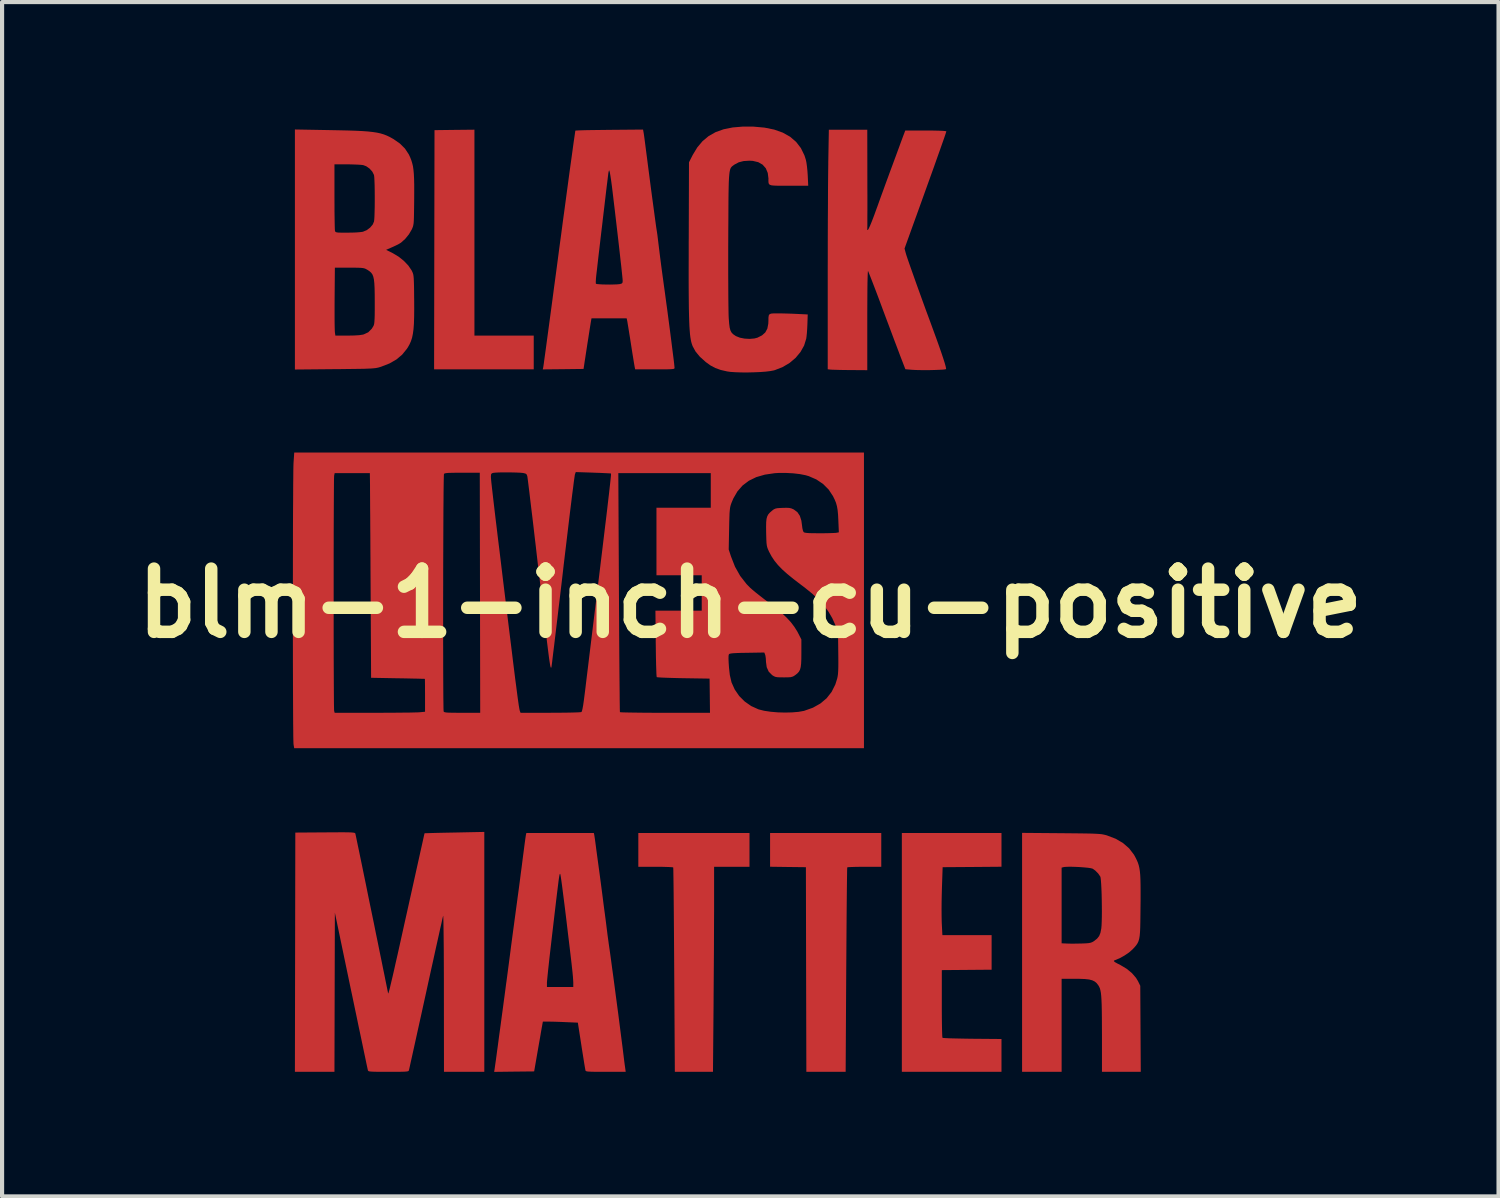
<source format=kicad_pcb>
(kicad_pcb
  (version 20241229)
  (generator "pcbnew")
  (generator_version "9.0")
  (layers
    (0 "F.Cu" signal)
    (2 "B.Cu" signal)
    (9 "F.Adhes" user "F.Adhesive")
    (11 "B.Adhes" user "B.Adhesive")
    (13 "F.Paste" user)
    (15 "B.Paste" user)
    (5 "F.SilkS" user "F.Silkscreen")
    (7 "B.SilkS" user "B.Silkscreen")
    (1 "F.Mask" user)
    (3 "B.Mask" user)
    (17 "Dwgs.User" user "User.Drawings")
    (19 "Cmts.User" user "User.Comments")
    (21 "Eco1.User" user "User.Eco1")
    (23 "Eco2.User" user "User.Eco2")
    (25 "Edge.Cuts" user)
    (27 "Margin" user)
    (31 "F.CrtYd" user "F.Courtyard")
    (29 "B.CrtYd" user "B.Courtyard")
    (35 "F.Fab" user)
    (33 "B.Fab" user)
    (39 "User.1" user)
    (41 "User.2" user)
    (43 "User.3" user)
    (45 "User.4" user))
  (footprint "blm-1-inch-cu-positive"
    (layer "F.Cu")
    (at 15.03 11.486)
    (property "Reference" "blm-1-inch-cu-positive" (at 0 0 0) (layer "F.SilkS") (effects (font (size 1.524 1.524) (thickness 0.3))))
    (attr through_hole)
    (fp_poly (pts (xy -6.648 -6.449) (xy -5.219 -6.449) (xy -5.219 -5.636) (xy -7.62 -5.636) (xy -7.615 -8.518) (xy -7.61 -11.4) (xy -7.129 -11.406) (xy -6.648 -11.411)) (stroke (width 0) (type solid)) (fill yes) (layer "F.Cu"))
    (fp_poly (pts (xy 3.155 6.35) (xy 2.75 6.35) (xy 2.627 6.351) (xy 2.518 6.353) (xy 2.43 6.356) (xy 2.367 6.359) (xy 2.337 6.364) (xy 2.335 6.365) (xy 2.334 6.386) (xy 2.332 6.445) (xy 2.331 6.538) (xy 2.329 6.664) (xy 2.327 6.82) (xy 2.325 7.004) (xy 2.323 7.213) (xy 2.321 7.445) (xy 2.319 7.697) (xy 2.317 7.967) (xy 2.315 8.253) (xy 2.313 8.552) (xy 2.311 8.835) (xy 2.297 11.291) (xy 1.35 11.291) (xy 1.344 8.826) (xy 1.339 6.36) (xy 0.908 6.355) (xy 0.476 6.349) (xy 0.476 5.536) (xy 3.155 5.536)) (stroke (width 0) (type solid)) (fill yes) (layer "F.Cu"))
    (fp_poly (pts (xy 6.052 6.349) (xy 5.343 6.355) (xy 4.634 6.36) (xy 4.616 6.89) (xy 4.612 7.05) (xy 4.609 7.216) (xy 4.608 7.377) (xy 4.609 7.524) (xy 4.611 7.647) (xy 4.613 7.708) (xy 4.628 7.997) (xy 5.814 7.997) (xy 5.814 8.83) (xy 5.214 8.835) (xy 4.614 8.84) (xy 4.614 9.647) (xy 4.614 9.823) (xy 4.615 9.986) (xy 4.617 10.132) (xy 4.619 10.258) (xy 4.622 10.358) (xy 4.625 10.429) (xy 4.629 10.466) (xy 4.63 10.471) (xy 4.653 10.475) (xy 4.711 10.479) (xy 4.8 10.483) (xy 4.914 10.486) (xy 5.05 10.489) (xy 5.202 10.492) (xy 5.35 10.494) (xy 6.052 10.5) (xy 6.052 11.291) (xy 3.651 11.291) (xy 3.651 5.536) (xy 6.052 5.536)) (stroke (width 0) (type solid)) (fill yes) (layer "F.Cu"))
    (fp_poly (pts (xy -0.02 6.35) (xy -0.873 6.35) (xy -0.873 7.228) (xy -0.873 7.396) (xy -0.874 7.597) (xy -0.875 7.827) (xy -0.876 8.08) (xy -0.877 8.351) (xy -0.879 8.633) (xy -0.881 8.921) (xy -0.883 9.209) (xy -0.885 9.493) (xy -0.886 9.699) (xy -0.9 11.291) (xy -1.819 11.291) (xy -1.834 8.836) (xy -1.836 8.527) (xy -1.838 8.229) (xy -1.84 7.945) (xy -1.842 7.676) (xy -1.844 7.426) (xy -1.846 7.196) (xy -1.848 6.989) (xy -1.85 6.807) (xy -1.852 6.654) (xy -1.854 6.53) (xy -1.855 6.44) (xy -1.857 6.384) (xy -1.858 6.366) (xy -1.88 6.361) (xy -1.935 6.357) (xy -2.019 6.354) (xy -2.124 6.351) (xy -2.244 6.35) (xy -2.283 6.35) (xy -2.699 6.35) (xy -2.699 5.536) (xy -0.02 5.536)) (stroke (width 0) (type solid)) (fill yes) (layer "F.Cu"))
    (fp_poly (pts (xy 7.496 5.541) (xy 7.715 5.543) (xy 7.899 5.545) (xy 8.05 5.547) (xy 8.174 5.549) (xy 8.273 5.552) (xy 8.352 5.556) (xy 8.414 5.56) (xy 8.464 5.565) (xy 8.504 5.572) (xy 8.54 5.58) (xy 8.575 5.589) (xy 8.592 5.594) (xy 8.802 5.674) (xy 8.98 5.778) (xy 9.128 5.907) (xy 9.245 6.06) (xy 9.284 6.132) (xy 9.314 6.193) (xy 9.339 6.252) (xy 9.359 6.313) (xy 9.374 6.379) (xy 9.386 6.455) (xy 9.395 6.546) (xy 9.4 6.655) (xy 9.403 6.788) (xy 9.404 6.949) (xy 9.404 7.142) (xy 9.402 7.305) (xy 9.4 7.509) (xy 9.398 7.677) (xy 9.395 7.815) (xy 9.39 7.926) (xy 9.382 8.015) (xy 9.37 8.085) (xy 9.354 8.142) (xy 9.332 8.19) (xy 9.305 8.232) (xy 9.271 8.274) (xy 9.229 8.32) (xy 9.208 8.342) (xy 9.125 8.415) (xy 9.017 8.488) (xy 8.901 8.553) (xy 8.79 8.599) (xy 8.785 8.6) (xy 8.762 8.612) (xy 8.762 8.627) (xy 8.788 8.649) (xy 8.845 8.681) (xy 8.918 8.718) (xy 9.067 8.807) (xy 9.195 8.912) (xy 9.294 9.027) (xy 9.341 9.105) (xy 9.396 9.217) (xy 9.408 11.291) (xy 8.473 11.291) (xy 8.473 10.423) (xy 8.472 10.183) (xy 8.471 9.98) (xy 8.469 9.81) (xy 8.466 9.668) (xy 8.461 9.553) (xy 8.455 9.46) (xy 8.447 9.387) (xy 8.436 9.329) (xy 8.424 9.283) (xy 8.408 9.245) (xy 8.39 9.213) (xy 8.387 9.209) (xy 8.346 9.155) (xy 8.299 9.115) (xy 8.24 9.086) (xy 8.163 9.066) (xy 8.062 9.055) (xy 7.932 9.05) (xy 7.829 9.049) (xy 7.501 9.049) (xy 7.501 11.291) (xy 6.548 11.291) (xy 6.548 6.371) (xy 7.501 6.371) (xy 7.501 8.194) (xy 7.635 8.2) (xy 7.714 8.202) (xy 7.816 8.202) (xy 7.926 8.2) (xy 7.987 8.199) (xy 8.086 8.195) (xy 8.155 8.189) (xy 8.204 8.179) (xy 8.242 8.164) (xy 8.281 8.141) (xy 8.283 8.139) (xy 8.356 8.081) (xy 8.405 8.019) (xy 8.436 7.942) (xy 8.457 7.837) (xy 8.463 7.77) (xy 8.467 7.676) (xy 8.47 7.56) (xy 8.471 7.429) (xy 8.47 7.289) (xy 8.468 7.147) (xy 8.465 7.008) (xy 8.46 6.878) (xy 8.454 6.765) (xy 8.447 6.674) (xy 8.44 6.611) (xy 8.433 6.586) (xy 8.382 6.512) (xy 8.313 6.442) (xy 8.248 6.396) (xy 8.208 6.385) (xy 8.137 6.374) (xy 8.044 6.365) (xy 7.939 6.357) (xy 7.83 6.352) (xy 7.727 6.349) (xy 7.639 6.35) (xy 7.574 6.354) (xy 7.554 6.357) (xy 7.501 6.371) (xy 6.548 6.371) (xy 6.548 5.533)) (stroke (width 0) (type solid)) (fill yes) (layer "F.Cu"))
    (fp_poly (pts (xy 2.82 -10.244) (xy 2.82 -10.032) (xy 2.821 -9.83) (xy 2.821 -9.642) (xy 2.821 -9.473) (xy 2.82 -9.326) (xy 2.82 -9.204) (xy 2.82 -9.111) (xy 2.819 -9.051) (xy 2.818 -9.029) (xy 2.819 -8.994) (xy 2.831 -8.993) (xy 2.853 -9.028) (xy 2.886 -9.099) (xy 2.93 -9.207) (xy 2.985 -9.351) (xy 3.051 -9.533) (xy 3.056 -9.545) (xy 3.107 -9.688) (xy 3.157 -9.827) (xy 3.204 -9.955) (xy 3.244 -10.066) (xy 3.275 -10.151) (xy 3.293 -10.2) (xy 3.317 -10.264) (xy 3.351 -10.358) (xy 3.393 -10.472) (xy 3.44 -10.598) (xy 3.488 -10.729) (xy 3.498 -10.755) (xy 3.545 -10.883) (xy 3.59 -11.005) (xy 3.63 -11.115) (xy 3.663 -11.204) (xy 3.686 -11.266) (xy 3.69 -11.276) (xy 3.733 -11.39) (xy 4.228 -11.39) (xy 4.402 -11.39) (xy 4.538 -11.387) (xy 4.636 -11.383) (xy 4.697 -11.378) (xy 4.722 -11.371) (xy 4.723 -11.369) (xy 4.716 -11.345) (xy 4.696 -11.285) (xy 4.664 -11.191) (xy 4.619 -11.064) (xy 4.563 -10.905) (xy 4.496 -10.717) (xy 4.419 -10.499) (xy 4.331 -10.255) (xy 4.234 -9.985) (xy 4.128 -9.69) (xy 4.014 -9.373) (xy 3.962 -9.23) (xy 3.716 -8.548) (xy 3.742 -8.449) (xy 3.757 -8.397) (xy 3.785 -8.312) (xy 3.825 -8.196) (xy 3.875 -8.054) (xy 3.934 -7.888) (xy 4 -7.701) (xy 4.073 -7.499) (xy 4.151 -7.283) (xy 4.233 -7.057) (xy 4.319 -6.825) (xy 4.398 -6.609) (xy 4.475 -6.399) (xy 4.543 -6.209) (xy 4.601 -6.043) (xy 4.648 -5.902) (xy 4.684 -5.789) (xy 4.707 -5.706) (xy 4.717 -5.656) (xy 4.716 -5.642) (xy 4.69 -5.635) (xy 4.632 -5.629) (xy 4.549 -5.625) (xy 4.447 -5.621) (xy 4.334 -5.618) (xy 4.218 -5.617) (xy 4.105 -5.618) (xy 4.002 -5.62) (xy 3.917 -5.624) (xy 3.899 -5.625) (xy 3.736 -5.639) (xy 3.605 -5.979) (xy 3.57 -6.073) (xy 3.523 -6.197) (xy 3.466 -6.347) (xy 3.403 -6.516) (xy 3.335 -6.698) (xy 3.264 -6.886) (xy 3.193 -7.076) (xy 3.164 -7.154) (xy 3.1 -7.327) (xy 3.039 -7.488) (xy 2.983 -7.635) (xy 2.934 -7.762) (xy 2.893 -7.867) (xy 2.862 -7.945) (xy 2.843 -7.993) (xy 2.836 -8.006) (xy 2.832 -7.99) (xy 2.829 -7.938) (xy 2.826 -7.849) (xy 2.823 -7.728) (xy 2.821 -7.576) (xy 2.82 -7.396) (xy 2.819 -7.189) (xy 2.818 -6.958) (xy 2.818 -6.82) (xy 2.818 -5.616) (xy 2.406 -5.619) (xy 2.278 -5.62) (xy 2.16 -5.622) (xy 2.058 -5.625) (xy 1.981 -5.627) (xy 1.935 -5.63) (xy 1.93 -5.63) (xy 1.865 -5.638) (xy 1.865 -7.735) (xy 1.865 -8.041) (xy 1.866 -8.349) (xy 1.866 -8.655) (xy 1.867 -8.956) (xy 1.868 -9.247) (xy 1.87 -9.525) (xy 1.871 -9.785) (xy 1.872 -10.024) (xy 1.874 -10.236) (xy 1.876 -10.419) (xy 1.878 -10.568) (xy 1.878 -10.621) (xy 1.892 -11.41) (xy 2.818 -11.41)) (stroke (width 0) (type solid)) (fill yes) (layer "F.Cu"))
    (fp_poly (pts (xy -6.41 11.291) (xy -7.382 11.291) (xy -7.384 9.381) (xy -7.384 9.095) (xy -7.385 8.825) (xy -7.386 8.575) (xy -7.387 8.346) (xy -7.389 8.14) (xy -7.391 7.961) (xy -7.393 7.809) (xy -7.395 7.688) (xy -7.397 7.6) (xy -7.399 7.546) (xy -7.402 7.53) (xy -7.402 7.531) (xy -7.409 7.558) (xy -7.424 7.622) (xy -7.445 7.719) (xy -7.474 7.846) (xy -7.508 8.001) (xy -7.548 8.18) (xy -7.593 8.382) (xy -7.641 8.602) (xy -7.694 8.84) (xy -7.749 9.09) (xy -7.806 9.351) (xy -7.818 9.406) (xy -7.876 9.669) (xy -7.931 9.92) (xy -7.984 10.159) (xy -8.033 10.381) (xy -8.078 10.585) (xy -8.118 10.766) (xy -8.153 10.924) (xy -8.182 11.054) (xy -8.204 11.154) (xy -8.219 11.222) (xy -8.227 11.254) (xy -8.227 11.256) (xy -8.233 11.267) (xy -8.247 11.276) (xy -8.274 11.282) (xy -8.317 11.286) (xy -8.382 11.289) (xy -8.474 11.29) (xy -8.598 11.291) (xy -8.721 11.291) (xy -8.873 11.291) (xy -8.989 11.29) (xy -9.075 11.288) (xy -9.136 11.285) (xy -9.175 11.281) (xy -9.199 11.274) (xy -9.21 11.265) (xy -9.215 11.256) (xy -9.22 11.232) (xy -9.233 11.172) (xy -9.253 11.079) (xy -9.279 10.954) (xy -9.311 10.802) (xy -9.348 10.624) (xy -9.39 10.424) (xy -9.437 10.204) (xy -9.486 9.967) (xy -9.539 9.715) (xy -9.594 9.451) (xy -9.618 9.339) (xy -10.011 7.456) (xy -10.016 9.374) (xy -10.021 11.291) (xy -10.974 11.291) (xy -10.969 8.409) (xy -10.964 5.526) (xy -10.246 5.521) (xy -10.058 5.52) (xy -9.905 5.519) (xy -9.785 5.519) (xy -9.693 5.52) (xy -9.625 5.522) (xy -9.578 5.526) (xy -9.547 5.53) (xy -9.529 5.537) (xy -9.52 5.544) (xy -9.517 5.551) (xy -9.512 5.575) (xy -9.499 5.635) (xy -9.48 5.727) (xy -9.455 5.848) (xy -9.424 5.995) (xy -9.389 6.165) (xy -9.35 6.353) (xy -9.308 6.558) (xy -9.263 6.776) (xy -9.217 7.004) (xy -9.169 7.238) (xy -9.12 7.475) (xy -9.071 7.712) (xy -9.024 7.946) (xy -8.977 8.173) (xy -8.933 8.391) (xy -8.891 8.595) (xy -8.853 8.784) (xy -8.818 8.953) (xy -8.789 9.099) (xy -8.764 9.22) (xy -8.746 9.311) (xy -8.734 9.37) (xy -8.73 9.394) (xy -8.73 9.394) (xy -8.728 9.403) (xy -8.724 9.399) (xy -8.716 9.381) (xy -8.706 9.345) (xy -8.691 9.291) (xy -8.673 9.216) (xy -8.65 9.119) (xy -8.621 8.998) (xy -8.587 8.851) (xy -8.548 8.675) (xy -8.501 8.47) (xy -8.448 8.232) (xy -8.388 7.961) (xy -8.32 7.654) (xy -8.272 7.441) (xy -8.213 7.174) (xy -8.156 6.918) (xy -8.102 6.675) (xy -8.052 6.449) (xy -8.006 6.242) (xy -7.965 6.057) (xy -7.929 5.896) (xy -7.899 5.762) (xy -7.876 5.657) (xy -7.86 5.585) (xy -7.851 5.547) (xy -7.85 5.543) (xy -7.83 5.541) (xy -7.775 5.54) (xy -7.689 5.537) (xy -7.577 5.534) (xy -7.443 5.531) (xy -7.292 5.528) (xy -7.128 5.525) (xy -6.41 5.51)) (stroke (width 0) (type solid)) (fill yes) (layer "F.Cu"))
    (fp_poly (pts (xy 0.074 -11.485) (xy 0.341 -11.461) (xy 0.577 -11.413) (xy 0.782 -11.34) (xy 0.958 -11.241) (xy 1.103 -11.117) (xy 1.218 -10.968) (xy 1.304 -10.792) (xy 1.338 -10.685) (xy 1.352 -10.618) (xy 1.365 -10.523) (xy 1.376 -10.415) (xy 1.383 -10.314) (xy 1.395 -10.061) (xy 0.928 -10.061) (xy 0.776 -10.061) (xy 0.658 -10.061) (xy 0.572 -10.064) (xy 0.511 -10.07) (xy 0.471 -10.083) (xy 0.449 -10.102) (xy 0.439 -10.13) (xy 0.436 -10.168) (xy 0.436 -10.217) (xy 0.437 -10.232) (xy 0.42 -10.368) (xy 0.373 -10.481) (xy 0.296 -10.568) (xy 0.192 -10.628) (xy 0.061 -10.659) (xy -0.02 -10.664) (xy -0.163 -10.655) (xy -0.279 -10.625) (xy -0.378 -10.573) (xy -0.394 -10.562) (xy -0.417 -10.545) (xy -0.437 -10.53) (xy -0.454 -10.513) (xy -0.469 -10.493) (xy -0.482 -10.466) (xy -0.492 -10.43) (xy -0.501 -10.383) (xy -0.508 -10.321) (xy -0.514 -10.242) (xy -0.519 -10.144) (xy -0.522 -10.025) (xy -0.525 -9.88) (xy -0.527 -9.708) (xy -0.528 -9.507) (xy -0.529 -9.273) (xy -0.531 -9.005) (xy -0.532 -8.751) (xy -0.533 -8.494) (xy -0.533 -8.242) (xy -0.533 -8) (xy -0.532 -7.771) (xy -0.531 -7.559) (xy -0.53 -7.368) (xy -0.528 -7.2) (xy -0.526 -7.061) (xy -0.524 -6.952) (xy -0.521 -6.879) (xy -0.52 -6.865) (xy -0.51 -6.738) (xy -0.498 -6.644) (xy -0.48 -6.576) (xy -0.454 -6.525) (xy -0.417 -6.485) (xy -0.365 -6.449) (xy -0.344 -6.436) (xy -0.252 -6.399) (xy -0.139 -6.377) (xy -0.017 -6.37) (xy 0.098 -6.38) (xy 0.171 -6.399) (xy 0.282 -6.455) (xy 0.361 -6.526) (xy 0.41 -6.618) (xy 0.433 -6.737) (xy 0.436 -6.81) (xy 0.437 -6.886) (xy 0.445 -6.937) (xy 0.465 -6.966) (xy 0.505 -6.98) (xy 0.573 -6.985) (xy 0.654 -6.985) (xy 0.752 -6.984) (xy 0.874 -6.981) (xy 1.004 -6.977) (xy 1.115 -6.972) (xy 1.383 -6.959) (xy 1.375 -6.719) (xy 1.37 -6.614) (xy 1.363 -6.512) (xy 1.354 -6.426) (xy 1.347 -6.375) (xy 1.296 -6.21) (xy 1.209 -6.055) (xy 1.092 -5.914) (xy 0.948 -5.792) (xy 0.782 -5.693) (xy 0.597 -5.62) (xy 0.568 -5.611) (xy 0.484 -5.595) (xy 0.37 -5.581) (xy 0.234 -5.571) (xy 0.084 -5.565) (xy -0.071 -5.561) (xy -0.223 -5.562) (xy -0.363 -5.567) (xy -0.481 -5.575) (xy -0.558 -5.586) (xy -0.715 -5.622) (xy -0.846 -5.669) (xy -0.963 -5.732) (xy -1.075 -5.813) (xy -1.216 -5.94) (xy -1.32 -6.066) (xy -1.391 -6.196) (xy -1.411 -6.253) (xy -1.424 -6.299) (xy -1.435 -6.352) (xy -1.445 -6.413) (xy -1.454 -6.487) (xy -1.461 -6.574) (xy -1.468 -6.677) (xy -1.473 -6.798) (xy -1.477 -6.941) (xy -1.481 -7.106) (xy -1.483 -7.297) (xy -1.485 -7.515) (xy -1.486 -7.763) (xy -1.486 -8.043) (xy -1.485 -8.358) (xy -1.485 -8.71) (xy -1.484 -8.791) (xy -1.478 -10.626) (xy -1.386 -10.806) (xy -1.278 -10.984) (xy -1.152 -11.134) (xy -1.006 -11.256) (xy -0.837 -11.352) (xy -0.644 -11.421) (xy -0.425 -11.465) (xy -0.176 -11.486)) (stroke (width 0) (type solid)) (fill yes) (layer "F.Cu"))
    (fp_poly (pts (xy -3.761 5.581) (xy -3.755 5.618) (xy -3.745 5.685) (xy -3.733 5.771) (xy -3.722 5.854) (xy -3.708 5.962) (xy -3.69 6.094) (xy -3.671 6.234) (xy -3.653 6.365) (xy -3.651 6.38) (xy -3.632 6.519) (xy -3.611 6.678) (xy -3.59 6.837) (xy -3.572 6.975) (xy -3.555 7.106) (xy -3.537 7.248) (xy -3.519 7.386) (xy -3.503 7.501) (xy -3.502 7.511) (xy -3.487 7.624) (xy -3.472 7.741) (xy -3.459 7.847) (xy -3.451 7.908) (xy -3.441 7.991) (xy -3.426 8.099) (xy -3.41 8.218) (xy -3.393 8.334) (xy -3.376 8.453) (xy -3.355 8.606) (xy -3.331 8.786) (xy -3.303 8.988) (xy -3.274 9.206) (xy -3.244 9.435) (xy -3.213 9.668) (xy -3.182 9.9) (xy -3.153 10.126) (xy -3.126 10.338) (xy -3.101 10.532) (xy -3.079 10.701) (xy -3.065 10.815) (xy -3.052 10.921) (xy -3.039 11.027) (xy -3.027 11.119) (xy -3.02 11.167) (xy -3.003 11.291) (xy -3.484 11.291) (xy -3.634 11.291) (xy -3.75 11.29) (xy -3.836 11.288) (xy -3.896 11.285) (xy -3.935 11.281) (xy -3.958 11.274) (xy -3.969 11.265) (xy -3.973 11.256) (xy -3.978 11.228) (xy -3.989 11.166) (xy -4.004 11.076) (xy -4.022 10.962) (xy -4.043 10.831) (xy -4.066 10.687) (xy -4.069 10.664) (xy -4.156 10.106) (xy -4.435 10.094) (xy -4.551 10.089) (xy -4.668 10.085) (xy -4.772 10.082) (xy -4.85 10.081) (xy -4.856 10.081) (xy -4.999 10.081) (xy -5.011 10.145) (xy -5.017 10.181) (xy -5.03 10.251) (xy -5.047 10.348) (xy -5.067 10.467) (xy -5.091 10.601) (xy -5.116 10.745) (xy -5.116 10.745) (xy -5.209 11.281) (xy -5.691 11.286) (xy -6.173 11.292) (xy -6.162 11.227) (xy -6.157 11.189) (xy -6.147 11.118) (xy -6.133 11.021) (xy -6.117 10.904) (xy -6.1 10.775) (xy -6.09 10.706) (xy -6.071 10.561) (xy -6.052 10.416) (xy -6.033 10.28) (xy -6.017 10.163) (xy -6.005 10.072) (xy -6.002 10.051) (xy -5.981 9.894) (xy -5.961 9.748) (xy -5.942 9.604) (xy -5.922 9.457) (xy -5.901 9.298) (xy -5.882 9.152) (xy -4.901 9.152) (xy -4.901 9.247) (xy -4.266 9.247) (xy -4.266 9.14) (xy -4.269 9.084) (xy -4.275 8.998) (xy -4.285 8.891) (xy -4.298 8.772) (xy -4.307 8.688) (xy -4.352 8.305) (xy -4.394 7.96) (xy -4.43 7.654) (xy -4.463 7.385) (xy -4.492 7.154) (xy -4.517 6.96) (xy -4.537 6.802) (xy -4.554 6.68) (xy -4.567 6.593) (xy -4.576 6.541) (xy -4.581 6.523) (xy -4.585 6.52) (xy -4.589 6.522) (xy -4.593 6.53) (xy -4.598 6.548) (xy -4.604 6.578) (xy -4.611 6.622) (xy -4.62 6.684) (xy -4.63 6.766) (xy -4.643 6.87) (xy -4.659 6.999) (xy -4.678 7.156) (xy -4.7 7.343) (xy -4.726 7.563) (xy -4.756 7.819) (xy -4.773 7.964) (xy -4.797 8.171) (xy -4.82 8.369) (xy -4.841 8.553) (xy -4.859 8.72) (xy -4.875 8.866) (xy -4.887 8.986) (xy -4.896 9.077) (xy -4.901 9.135) (xy -4.901 9.152) (xy -5.882 9.152) (xy -5.877 9.12) (xy -5.85 8.917) (xy -5.823 8.711) (xy -5.793 8.483) (xy -5.768 8.288) (xy -5.746 8.121) (xy -5.727 7.978) (xy -5.71 7.851) (xy -5.694 7.736) (xy -5.68 7.627) (xy -5.665 7.519) (xy -5.65 7.405) (xy -5.633 7.281) (xy -5.614 7.141) (xy -5.608 7.094) (xy -5.584 6.919) (xy -5.558 6.723) (xy -5.532 6.52) (xy -5.506 6.324) (xy -5.484 6.149) (xy -5.478 6.102) (xy -5.46 5.967) (xy -5.444 5.842) (xy -5.43 5.736) (xy -5.418 5.652) (xy -5.41 5.598) (xy -5.407 5.581) (xy -5.397 5.536) (xy -3.771 5.536)) (stroke (width 0) (type solid)) (fill yes) (layer "F.Cu"))
    (fp_poly (pts (xy -2.573 -11.347) (xy -2.566 -11.308) (xy -2.556 -11.236) (xy -2.543 -11.139) (xy -2.528 -11.024) (xy -2.512 -10.899) (xy -2.51 -10.884) (xy -2.488 -10.717) (xy -2.465 -10.536) (xy -2.44 -10.346) (xy -2.415 -10.153) (xy -2.39 -9.961) (xy -2.365 -9.774) (xy -2.341 -9.598) (xy -2.319 -9.436) (xy -2.3 -9.295) (xy -2.284 -9.177) (xy -2.272 -9.089) (xy -2.264 -9.035) (xy -2.263 -9.029) (xy -2.25 -8.947) (xy -2.238 -8.863) (xy -2.234 -8.83) (xy -2.201 -8.56) (xy -2.17 -8.31) (xy -2.141 -8.087) (xy -2.115 -7.894) (xy -2.103 -7.809) (xy -2.081 -7.646) (xy -2.056 -7.469) (xy -2.031 -7.28) (xy -2.004 -7.085) (xy -1.978 -6.887) (xy -1.952 -6.69) (xy -1.927 -6.499) (xy -1.904 -6.318) (xy -1.883 -6.151) (xy -1.864 -6.002) (xy -1.848 -5.876) (xy -1.836 -5.776) (xy -1.829 -5.706) (xy -1.826 -5.672) (xy -1.826 -5.671) (xy -1.828 -5.66) (xy -1.838 -5.651) (xy -1.86 -5.645) (xy -1.9 -5.641) (xy -1.961 -5.638) (xy -2.048 -5.636) (xy -2.166 -5.636) (xy -2.3 -5.636) (xy -2.775 -5.636) (xy -2.786 -5.69) (xy -2.792 -5.724) (xy -2.804 -5.792) (xy -2.819 -5.886) (xy -2.838 -6.002) (xy -2.859 -6.134) (xy -2.877 -6.251) (xy -2.899 -6.391) (xy -2.92 -6.52) (xy -2.938 -6.633) (xy -2.953 -6.723) (xy -2.963 -6.786) (xy -2.968 -6.811) (xy -2.98 -6.866) (xy -3.827 -6.866) (xy -3.837 -6.811) (xy -3.843 -6.777) (xy -3.854 -6.709) (xy -3.869 -6.615) (xy -3.887 -6.5) (xy -3.907 -6.371) (xy -3.92 -6.29) (xy -3.941 -6.153) (xy -3.961 -6.025) (xy -3.978 -5.911) (xy -3.993 -5.818) (xy -4.002 -5.755) (xy -4.005 -5.735) (xy -4.019 -5.646) (xy -4.51 -5.64) (xy -5.002 -5.635) (xy -4.991 -5.68) (xy -4.987 -5.705) (xy -4.978 -5.766) (xy -4.965 -5.863) (xy -4.947 -5.992) (xy -4.925 -6.152) (xy -4.9 -6.339) (xy -4.871 -6.553) (xy -4.839 -6.79) (xy -4.804 -7.049) (xy -4.767 -7.326) (xy -4.728 -7.621) (xy -4.71 -7.753) (xy -3.724 -7.753) (xy -3.723 -7.709) (xy -3.721 -7.7) (xy -3.698 -7.692) (xy -3.643 -7.687) (xy -3.566 -7.682) (xy -3.476 -7.68) (xy -3.38 -7.679) (xy -3.288 -7.681) (xy -3.208 -7.684) (xy -3.149 -7.69) (xy -3.138 -7.692) (xy -3.095 -7.706) (xy -3.078 -7.732) (xy -3.076 -7.772) (xy -3.078 -7.806) (xy -3.085 -7.877) (xy -3.096 -7.982) (xy -3.11 -8.118) (xy -3.129 -8.282) (xy -3.15 -8.472) (xy -3.174 -8.684) (xy -3.201 -8.916) (xy -3.23 -9.165) (xy -3.261 -9.429) (xy -3.294 -9.704) (xy -3.314 -9.872) (xy -3.335 -10.047) (xy -3.355 -10.192) (xy -3.372 -10.305) (xy -3.386 -10.384) (xy -3.398 -10.426) (xy -3.401 -10.432) (xy -3.409 -10.42) (xy -3.418 -10.381) (xy -3.421 -10.365) (xy -3.425 -10.333) (xy -3.433 -10.267) (xy -3.445 -10.168) (xy -3.461 -10.041) (xy -3.479 -9.891) (xy -3.499 -9.72) (xy -3.521 -9.532) (xy -3.545 -9.332) (xy -3.569 -9.124) (xy -3.595 -8.91) (xy -3.62 -8.695) (xy -3.645 -8.482) (xy -3.669 -8.277) (xy -3.691 -8.081) (xy -3.712 -7.903) (xy -3.72 -7.821) (xy -3.724 -7.753) (xy -4.71 -7.753) (xy -4.686 -7.93) (xy -4.643 -8.252) (xy -4.604 -8.551) (xy -4.559 -8.881) (xy -4.517 -9.201) (xy -4.475 -9.507) (xy -4.436 -9.799) (xy -4.399 -10.072) (xy -4.365 -10.327) (xy -4.333 -10.559) (xy -4.304 -10.767) (xy -4.279 -10.95) (xy -4.258 -11.103) (xy -4.24 -11.226) (xy -4.227 -11.316) (xy -4.219 -11.371) (xy -4.215 -11.389) (xy -4.194 -11.391) (xy -4.136 -11.394) (xy -4.048 -11.397) (xy -3.933 -11.4) (xy -3.795 -11.402) (xy -3.638 -11.404) (xy -3.467 -11.406) (xy -3.394 -11.407) (xy -2.585 -11.414)) (stroke (width 0) (type solid)) (fill yes) (layer "F.Cu"))
    (fp_poly (pts (xy -10.195 -11.402) (xy -9.934 -11.397) (xy -9.71 -11.392) (xy -9.518 -11.386) (xy -9.354 -11.378) (xy -9.215 -11.368) (xy -9.098 -11.355) (xy -8.997 -11.34) (xy -8.911 -11.321) (xy -8.834 -11.298) (xy -8.764 -11.271) (xy -8.696 -11.239) (xy -8.627 -11.201) (xy -8.602 -11.187) (xy -8.445 -11.078) (xy -8.322 -10.956) (xy -8.229 -10.815) (xy -8.195 -10.742) (xy -8.168 -10.672) (xy -8.147 -10.603) (xy -8.129 -10.528) (xy -8.117 -10.443) (xy -8.108 -10.344) (xy -8.102 -10.224) (xy -8.099 -10.08) (xy -8.099 -9.905) (xy -8.1 -9.701) (xy -8.102 -9.534) (xy -8.104 -9.401) (xy -8.106 -9.298) (xy -8.109 -9.22) (xy -8.113 -9.161) (xy -8.12 -9.116) (xy -8.128 -9.081) (xy -8.139 -9.051) (xy -8.152 -9.02) (xy -8.158 -9.007) (xy -8.227 -8.889) (xy -8.317 -8.779) (xy -8.414 -8.692) (xy -8.419 -8.688) (xy -8.466 -8.659) (xy -8.536 -8.623) (xy -8.615 -8.586) (xy -8.627 -8.581) (xy -8.776 -8.516) (xy -8.611 -8.433) (xy -8.473 -8.35) (xy -8.347 -8.249) (xy -8.241 -8.137) (xy -8.163 -8.023) (xy -8.155 -8.007) (xy -8.141 -7.978) (xy -8.13 -7.949) (xy -8.121 -7.917) (xy -8.115 -7.876) (xy -8.11 -7.822) (xy -8.107 -7.749) (xy -8.104 -7.652) (xy -8.102 -7.527) (xy -8.101 -7.369) (xy -8.1 -7.315) (xy -8.099 -7.089) (xy -8.101 -6.899) (xy -8.106 -6.739) (xy -8.116 -6.605) (xy -8.131 -6.493) (xy -8.151 -6.397) (xy -8.178 -6.314) (xy -8.212 -6.238) (xy -8.253 -6.165) (xy -8.277 -6.129) (xy -8.39 -5.99) (xy -8.528 -5.874) (xy -8.693 -5.779) (xy -8.89 -5.702) (xy -8.92 -5.692) (xy -8.954 -5.682) (xy -8.988 -5.674) (xy -9.026 -5.667) (xy -9.072 -5.662) (xy -9.13 -5.657) (xy -9.204 -5.654) (xy -9.297 -5.65) (xy -9.414 -5.648) (xy -9.557 -5.646) (xy -9.731 -5.644) (xy -9.94 -5.641) (xy -10.016 -5.641) (xy -10.974 -5.632) (xy -10.974 -7.02) (xy -10.018 -7.02) (xy -10.018 -6.874) (xy -10.017 -6.747) (xy -10.015 -6.644) (xy -10.013 -6.571) (xy -10.011 -6.534) (xy -9.999 -6.449) (xy -9.706 -6.449) (xy -9.549 -6.452) (xy -9.429 -6.459) (xy -9.342 -6.472) (xy -9.314 -6.479) (xy -9.207 -6.529) (xy -9.123 -6.613) (xy -9.081 -6.681) (xy -9.071 -6.706) (xy -9.063 -6.74) (xy -9.058 -6.787) (xy -9.054 -6.853) (xy -9.051 -6.942) (xy -9.05 -7.06) (xy -9.05 -7.211) (xy -9.05 -7.267) (xy -9.051 -7.448) (xy -9.054 -7.594) (xy -9.06 -7.71) (xy -9.07 -7.8) (xy -9.085 -7.869) (xy -9.106 -7.922) (xy -9.135 -7.963) (xy -9.172 -7.997) (xy -9.219 -8.029) (xy -9.238 -8.04) (xy -9.268 -8.057) (xy -9.299 -8.069) (xy -9.337 -8.077) (xy -9.388 -8.082) (xy -9.46 -8.085) (xy -9.559 -8.086) (xy -9.664 -8.086) (xy -10.011 -8.086) (xy -10.017 -7.352) (xy -10.018 -7.182) (xy -10.018 -7.02) (xy -10.974 -7.02) (xy -10.974 -10.577) (xy -10.021 -10.577) (xy -10.021 -9.798) (xy -10.02 -9.624) (xy -10.02 -9.462) (xy -10.018 -9.315) (xy -10.016 -9.189) (xy -10.014 -9.088) (xy -10.012 -9.016) (xy -10.009 -8.978) (xy -10.009 -8.974) (xy -10.002 -8.957) (xy -9.991 -8.945) (xy -9.967 -8.937) (xy -9.926 -8.932) (xy -9.86 -8.93) (xy -9.763 -8.93) (xy -9.71 -8.93) (xy -9.599 -8.931) (xy -9.494 -8.935) (xy -9.407 -8.942) (xy -9.345 -8.95) (xy -9.335 -8.952) (xy -9.243 -8.99) (xy -9.161 -9.052) (xy -9.098 -9.127) (xy -9.068 -9.198) (xy -9.062 -9.244) (xy -9.057 -9.323) (xy -9.054 -9.426) (xy -9.051 -9.548) (xy -9.05 -9.68) (xy -9.05 -9.816) (xy -9.051 -9.949) (xy -9.053 -10.072) (xy -9.057 -10.178) (xy -9.061 -10.261) (xy -9.067 -10.312) (xy -9.068 -10.319) (xy -9.108 -10.399) (xy -9.174 -10.473) (xy -9.255 -10.53) (xy -9.33 -10.558) (xy -9.38 -10.564) (xy -9.461 -10.569) (xy -9.562 -10.573) (xy -9.674 -10.576) (xy -9.718 -10.576) (xy -10.021 -10.577) (xy -10.974 -10.577) (xy -10.974 -11.416)) (stroke (width 0) (type solid)) (fill yes) (layer "F.Cu"))
    (fp_poly (pts (xy 2.738 3.493) (xy -10.991 3.493) (xy -11.007 3.398) (xy -11.009 3.367) (xy -11.011 3.298) (xy -11.013 3.194) (xy -11.014 3.059) (xy -11.016 2.894) (xy -11.017 2.702) (xy -11.018 2.486) (xy -11.019 2.247) (xy -11.02 1.99) (xy -11.021 1.716) (xy -11.022 1.427) (xy -11.022 1.127) (xy -11.023 0.818) (xy -11.023 0.502) (xy -11.023 0.182) (xy -11.023 -0.139) (xy -11.023 -0.342) (xy -10.04 -0.342) (xy -10.04 -0.05) (xy -10.04 0.24) (xy -10.04 0.525) (xy -10.04 0.804) (xy -10.039 1.072) (xy -10.039 1.327) (xy -10.038 1.567) (xy -10.037 1.789) (xy -10.036 1.989) (xy -10.035 2.166) (xy -10.034 2.316) (xy -10.033 2.436) (xy -10.031 2.525) (xy -10.03 2.579) (xy -10.028 2.595) (xy -10.016 2.639) (xy -9.049 2.639) (xy -8.853 2.639) (xy -8.664 2.638) (xy -8.488 2.637) (xy -8.33 2.635) (xy -8.194 2.634) (xy -8.084 2.631) (xy -8.004 2.629) (xy -7.96 2.626) (xy -7.838 2.614) (xy -7.838 2.22) (xy -7.839 2.099) (xy -7.839 1.993) (xy -7.84 1.908) (xy -7.841 1.849) (xy -7.843 1.823) (xy -7.843 1.822) (xy -7.864 1.821) (xy -7.919 1.82) (xy -8.004 1.817) (xy -8.115 1.815) (xy -8.247 1.812) (xy -8.395 1.809) (xy -8.493 1.808) (xy -9.138 1.796) (xy -9.145 0.448) (xy -7.402 0.448) (xy -7.402 0.729) (xy -7.402 1.001) (xy -7.401 1.26) (xy -7.401 1.505) (xy -7.4 1.733) (xy -7.399 1.94) (xy -7.398 2.124) (xy -7.397 2.283) (xy -7.395 2.413) (xy -7.394 2.513) (xy -7.392 2.578) (xy -7.39 2.607) (xy -7.39 2.608) (xy -7.381 2.618) (xy -7.362 2.626) (xy -7.328 2.632) (xy -7.272 2.636) (xy -7.192 2.638) (xy -7.081 2.639) (xy -6.943 2.639) (xy -6.509 2.639) (xy -6.514 -0.253) (xy -6.519 -3.048) (xy -6.251 -3.048) (xy -6.25 -3.03) (xy -6.248 -3.001) (xy -6.245 -2.962) (xy -6.24 -2.909) (xy -6.232 -2.841) (xy -6.223 -2.757) (xy -6.211 -2.654) (xy -6.197 -2.531) (xy -6.18 -2.386) (xy -6.16 -2.217) (xy -6.137 -2.023) (xy -6.11 -1.802) (xy -6.08 -1.551) (xy -6.045 -1.27) (xy -6.007 -0.956) (xy -5.965 -0.608) (xy -5.918 -0.224) (xy -5.873 0.139) (xy -5.828 0.509) (xy -5.787 0.841) (xy -5.75 1.138) (xy -5.718 1.401) (xy -5.689 1.632) (xy -5.664 1.834) (xy -5.641 2.006) (xy -5.622 2.153) (xy -5.606 2.275) (xy -5.592 2.374) (xy -5.581 2.453) (xy -5.571 2.513) (xy -5.563 2.556) (xy -5.557 2.584) (xy -5.554 2.595) (xy -5.537 2.639) (xy -4.818 2.639) (xy -4.652 2.638) (xy -4.498 2.637) (xy -4.36 2.635) (xy -4.244 2.632) (xy -4.154 2.629) (xy -4.094 2.625) (xy -4.07 2.621) (xy -4.058 2.6) (xy -4.045 2.548) (xy -4.029 2.464) (xy -4.012 2.346) (xy -3.992 2.191) (xy -3.987 2.15) (xy -3.973 2.04) (xy -3.956 1.896) (xy -3.935 1.724) (xy -3.911 1.531) (xy -3.886 1.322) (xy -3.859 1.103) (xy -3.832 0.88) (xy -3.805 0.659) (xy -3.801 0.625) (xy -3.744 0.161) (xy -3.692 -0.265) (xy -3.644 -0.655) (xy -3.601 -1.009) (xy -3.562 -1.33) (xy -3.527 -1.62) (xy -3.496 -1.878) (xy -3.468 -2.107) (xy -3.444 -2.309) (xy -3.424 -2.484) (xy -3.406 -2.635) (xy -3.392 -2.763) (xy -3.38 -2.868) (xy -3.371 -2.954) (xy -3.364 -3.02) (xy -3.359 -3.069) (xy -3.357 -3.102) (xy -3.357 -3.121) (xy -3.358 -3.126) (xy -3.379 -3.129) (xy -3.433 -3.132) (xy -3.494 -3.135) (xy -3.181 -3.135) (xy -3.166 -0.263) (xy -3.164 0.072) (xy -3.162 0.395) (xy -3.161 0.706) (xy -3.159 1.001) (xy -3.157 1.279) (xy -3.155 1.537) (xy -3.153 1.773) (xy -3.151 1.985) (xy -3.149 2.171) (xy -3.148 2.328) (xy -3.146 2.454) (xy -3.145 2.547) (xy -3.143 2.604) (xy -3.142 2.624) (xy -3.121 2.627) (xy -3.064 2.63) (xy -2.975 2.632) (xy -2.856 2.634) (xy -2.713 2.636) (xy -2.548 2.638) (xy -2.366 2.639) (xy -2.169 2.639) (xy -2.052 2.639) (xy -0.972 2.639) (xy -0.977 2.227) (xy -0.982 1.816) (xy -1.611 1.806) (xy -1.765 1.803) (xy -1.907 1.799) (xy -2.03 1.795) (xy -2.132 1.791) (xy -2.206 1.786) (xy -2.248 1.782) (xy -2.255 1.78) (xy -2.259 1.757) (xy -2.263 1.699) (xy -2.266 1.61) (xy -2.27 1.494) (xy -2.273 1.355) (xy -2.274 1.338) (xy -0.526 1.338) (xy -0.522 1.437) (xy -0.513 1.561) (xy -0.497 1.704) (xy -0.495 1.726) (xy -0.453 1.907) (xy -0.376 2.078) (xy -0.269 2.234) (xy -0.135 2.368) (xy 0.021 2.477) (xy 0.195 2.556) (xy 0.206 2.559) (xy 0.333 2.591) (xy 0.487 2.614) (xy 0.658 2.629) (xy 0.834 2.634) (xy 1.005 2.63) (xy 1.16 2.617) (xy 1.289 2.594) (xy 1.3 2.591) (xy 1.508 2.517) (xy 1.688 2.416) (xy 1.838 2.29) (xy 1.958 2.137) (xy 2.048 1.958) (xy 2.094 1.811) (xy 2.104 1.763) (xy 2.112 1.707) (xy 2.117 1.636) (xy 2.12 1.545) (xy 2.121 1.429) (xy 2.12 1.282) (xy 2.119 1.186) (xy 2.113 0.685) (xy 2.049 0.526) (xy 1.973 0.357) (xy 1.883 0.203) (xy 1.777 0.057) (xy 1.649 -0.085) (xy 1.494 -0.229) (xy 1.309 -0.379) (xy 1.22 -0.446) (xy 1.04 -0.584) (xy 0.89 -0.706) (xy 0.766 -0.817) (xy 0.665 -0.922) (xy 0.582 -1.024) (xy 0.512 -1.129) (xy 0.453 -1.239) (xy 0.442 -1.263) (xy 0.422 -1.308) (xy 0.407 -1.35) (xy 0.397 -1.396) (xy 0.39 -1.454) (xy 0.386 -1.532) (xy 0.383 -1.637) (xy 0.381 -1.707) (xy 0.38 -1.845) (xy 0.382 -1.952) (xy 0.39 -2.032) (xy 0.407 -2.093) (xy 0.433 -2.142) (xy 0.471 -2.185) (xy 0.522 -2.229) (xy 0.525 -2.232) (xy 0.563 -2.261) (xy 0.6 -2.279) (xy 0.646 -2.29) (xy 0.712 -2.295) (xy 0.781 -2.298) (xy 0.872 -2.3) (xy 0.935 -2.297) (xy 0.984 -2.287) (xy 1.03 -2.268) (xy 1.051 -2.257) (xy 1.134 -2.195) (xy 1.193 -2.107) (xy 1.23 -1.99) (xy 1.244 -1.887) (xy 1.254 -1.807) (xy 1.269 -1.746) (xy 1.284 -1.715) (xy 1.303 -1.704) (xy 1.339 -1.697) (xy 1.396 -1.691) (xy 1.481 -1.688) (xy 1.598 -1.687) (xy 1.666 -1.687) (xy 1.784 -1.687) (xy 1.893 -1.689) (xy 1.983 -1.692) (xy 2.048 -1.695) (xy 2.076 -1.698) (xy 2.133 -1.709) (xy 2.121 -1.991) (xy 2.114 -2.134) (xy 2.103 -2.247) (xy 2.087 -2.339) (xy 2.064 -2.421) (xy 2.031 -2.501) (xy 1.99 -2.584) (xy 1.886 -2.741) (xy 1.752 -2.875) (xy 1.591 -2.983) (xy 1.407 -3.063) (xy 1.331 -3.085) (xy 1.194 -3.112) (xy 1.032 -3.131) (xy 0.859 -3.14) (xy 0.688 -3.14) (xy 0.587 -3.134) (xy 0.35 -3.099) (xy 0.143 -3.039) (xy -0.035 -2.952) (xy -0.186 -2.838) (xy -0.311 -2.695) (xy -0.41 -2.524) (xy -0.452 -2.424) (xy -0.468 -2.381) (xy -0.48 -2.34) (xy -0.489 -2.295) (xy -0.495 -2.241) (xy -0.501 -2.171) (xy -0.504 -2.079) (xy -0.508 -1.96) (xy -0.511 -1.808) (xy -0.511 -1.794) (xy -0.521 -1.296) (xy -0.467 -1.131) (xy -0.369 -0.88) (xy -0.244 -0.658) (xy -0.092 -0.463) (xy -0.007 -0.376) (xy 0.047 -0.328) (xy 0.125 -0.263) (xy 0.221 -0.187) (xy 0.325 -0.106) (xy 0.417 -0.036) (xy 0.598 0.104) (xy 0.749 0.229) (xy 0.873 0.345) (xy 0.976 0.456) (xy 1.06 0.567) (xy 1.132 0.681) (xy 1.162 0.739) (xy 1.23 0.872) (xy 1.23 1.202) (xy 1.229 1.345) (xy 1.224 1.455) (xy 1.214 1.538) (xy 1.197 1.601) (xy 1.171 1.649) (xy 1.134 1.69) (xy 1.085 1.729) (xy 1.085 1.729) (xy 1.047 1.755) (xy 1.011 1.771) (xy 0.969 1.781) (xy 0.909 1.785) (xy 0.822 1.786) (xy 0.804 1.786) (xy 0.711 1.785) (xy 0.647 1.782) (xy 0.602 1.773) (xy 0.567 1.758) (xy 0.529 1.734) (xy 0.522 1.728) (xy 0.443 1.648) (xy 0.395 1.542) (xy 0.377 1.411) (xy 0.377 1.4) (xy 0.373 1.328) (xy 0.364 1.264) (xy 0.357 1.24) (xy 0.337 1.187) (xy -0.08 1.194) (xy -0.224 1.196) (xy -0.332 1.2) (xy -0.41 1.204) (xy -0.463 1.21) (xy -0.496 1.217) (xy -0.513 1.226) (xy -0.516 1.23) (xy -0.525 1.267) (xy -0.526 1.338) (xy -2.274 1.338) (xy -2.276 1.199) (xy -2.278 1.029) (xy -2.279 0.971) (xy -2.287 0.179) (xy -1.171 0.179) (xy -1.171 -0.675) (xy -2.262 -0.675) (xy -2.262 -2.302) (xy -0.953 -2.302) (xy -0.953 -3.135) (xy -3.181 -3.135) (xy -3.494 -3.135) (xy -3.516 -3.136) (xy -3.62 -3.141) (xy -3.741 -3.145) (xy -3.785 -3.147) (xy -4.206 -3.161) (xy -4.226 -3.107) (xy -4.231 -3.08) (xy -4.24 -3.017) (xy -4.254 -2.919) (xy -4.27 -2.789) (xy -4.291 -2.631) (xy -4.314 -2.445) (xy -4.34 -2.235) (xy -4.368 -2.003) (xy -4.398 -1.752) (xy -4.43 -1.484) (xy -4.464 -1.202) (xy -4.499 -0.909) (xy -4.516 -0.757) (xy -4.551 -0.46) (xy -4.585 -0.173) (xy -4.618 0.099) (xy -4.648 0.356) (xy -4.677 0.595) (xy -4.703 0.812) (xy -4.726 1.006) (xy -4.747 1.174) (xy -4.764 1.314) (xy -4.777 1.424) (xy -4.787 1.5) (xy -4.793 1.54) (xy -4.794 1.546) (xy -4.798 1.55) (xy -4.802 1.552) (xy -4.807 1.55) (xy -4.811 1.542) (xy -4.816 1.526) (xy -4.822 1.5) (xy -4.828 1.464) (xy -4.836 1.414) (xy -4.846 1.348) (xy -4.857 1.266) (xy -4.87 1.165) (xy -4.885 1.044) (xy -4.903 0.9) (xy -4.923 0.732) (xy -4.946 0.537) (xy -4.972 0.315) (xy -5.002 0.063) (xy -5.035 -0.221) (xy -5.072 -0.539) (xy -5.114 -0.891) (xy -5.159 -1.281) (xy -5.169 -1.369) (xy -5.199 -1.621) (xy -5.227 -1.863) (xy -5.254 -2.091) (xy -5.28 -2.302) (xy -5.303 -2.494) (xy -5.323 -2.664) (xy -5.341 -2.808) (xy -5.355 -2.923) (xy -5.366 -3.006) (xy -5.373 -3.055) (xy -5.375 -3.066) (xy -5.39 -3.104) (xy -5.418 -3.125) (xy -5.471 -3.138) (xy -5.478 -3.139) (xy -5.537 -3.145) (xy -5.623 -3.149) (xy -5.727 -3.152) (xy -5.839 -3.153) (xy -5.95 -3.153) (xy -6.051 -3.152) (xy -6.133 -3.148) (xy -6.185 -3.143) (xy -6.189 -3.143) (xy -6.228 -3.131) (xy -6.246 -3.109) (xy -6.251 -3.064) (xy -6.251 -3.048) (xy -6.519 -3.048) (xy -6.519 -3.145) (xy -6.941 -3.145) (xy -7.085 -3.145) (xy -7.193 -3.143) (xy -7.272 -3.141) (xy -7.326 -3.136) (xy -7.359 -3.13) (xy -7.377 -3.121) (xy -7.382 -3.115) (xy -7.384 -3.093) (xy -7.386 -3.033) (xy -7.388 -2.939) (xy -7.39 -2.814) (xy -7.392 -2.659) (xy -7.393 -2.479) (xy -7.395 -2.275) (xy -7.396 -2.051) (xy -7.397 -1.809) (xy -7.398 -1.551) (xy -7.399 -1.281) (xy -7.4 -1.001) (xy -7.401 -0.715) (xy -7.401 -0.424) (xy -7.402 -0.131) (xy -7.402 0.16) (xy -7.402 0.448) (xy -9.145 0.448) (xy -9.15 -0.446) (xy -9.152 -0.746) (xy -9.153 -1.039) (xy -9.155 -1.32) (xy -9.156 -1.588) (xy -9.158 -1.84) (xy -9.159 -2.072) (xy -9.161 -2.283) (xy -9.162 -2.468) (xy -9.163 -2.626) (xy -9.164 -2.753) (xy -9.164 -2.847) (xy -9.165 -2.905) (xy -9.165 -2.912) (xy -9.168 -3.135) (xy -10.016 -3.135) (xy -10.029 -3.073) (xy -10.03 -3.046) (xy -10.032 -2.981) (xy -10.033 -2.883) (xy -10.034 -2.753) (xy -10.035 -2.595) (xy -10.036 -2.411) (xy -10.037 -2.204) (xy -10.038 -1.977) (xy -10.039 -1.732) (xy -10.039 -1.472) (xy -10.04 -1.201) (xy -10.04 -0.92) (xy -10.04 -0.633) (xy -10.04 -0.342) (xy -11.023 -0.342) (xy -11.023 -0.459) (xy -11.022 -0.776) (xy -11.022 -1.087) (xy -11.021 -1.388) (xy -11.021 -1.679) (xy -11.02 -1.956) (xy -11.019 -2.216) (xy -11.017 -2.457) (xy -11.016 -2.678) (xy -11.015 -2.874) (xy -11.013 -3.043) (xy -11.012 -3.183) (xy -11.01 -3.292) (xy -11.008 -3.367) (xy -11.006 -3.398) (xy -10.99 -3.631) (xy 2.738 -3.631)) (stroke (width 0) (type solid)) (fill yes) (layer "F.Cu")))
  (gr_rect
    (start -3 -3)
    (end 33.059 25.778)
    (stroke (width 0.1) (type default))
    (fill no)
    (layer "Edge.Cuts")))
</source>
